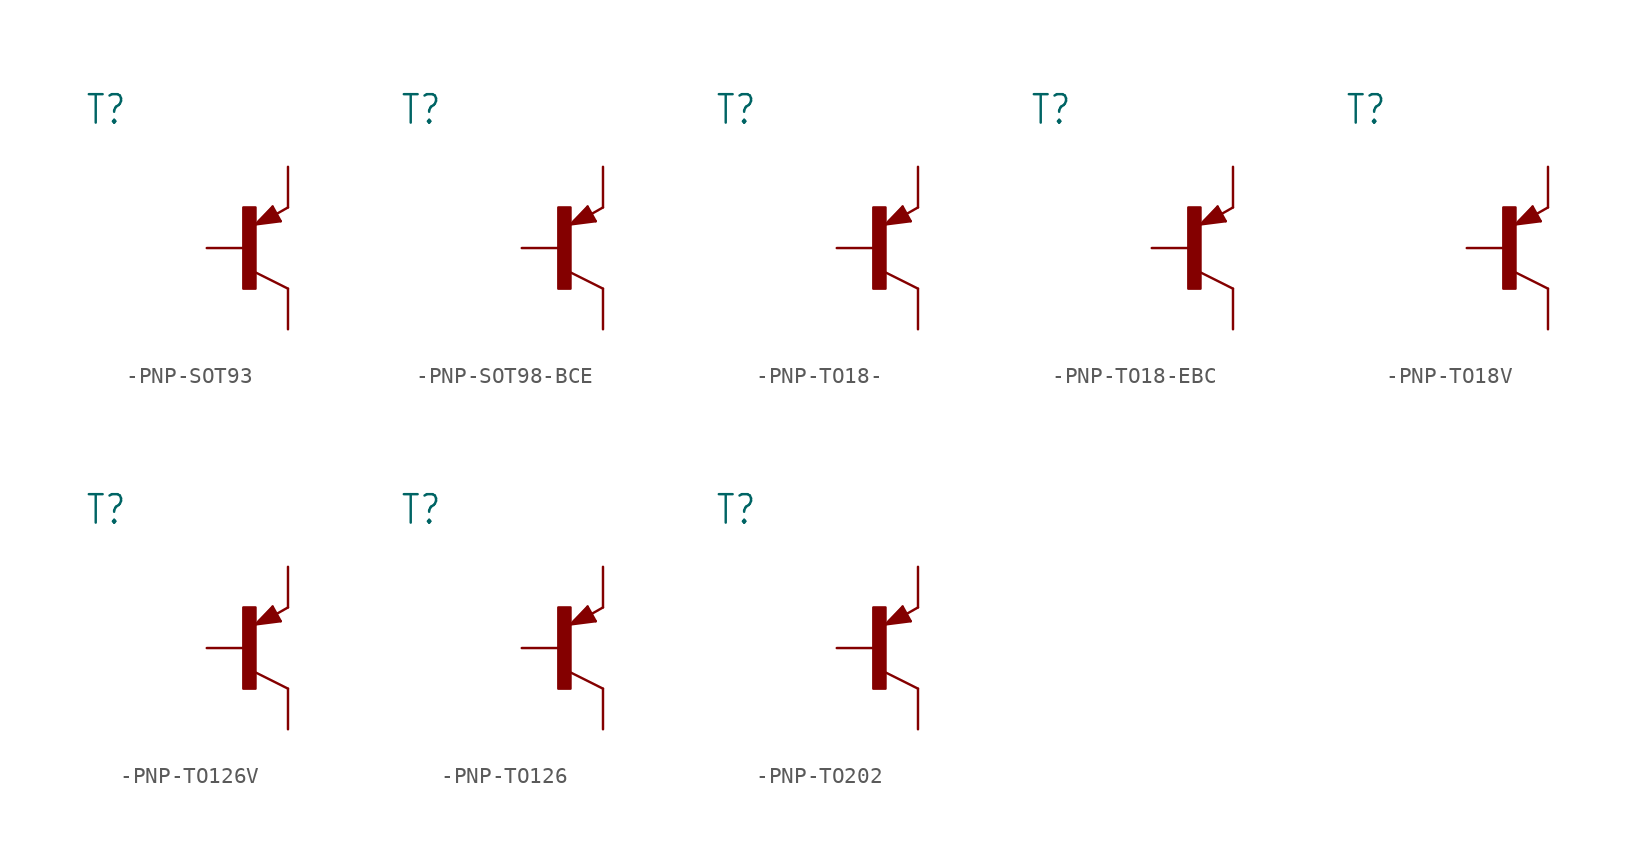
<source format=kicad_sym>
(kicad_symbol_lib
  (version 20231120)
  (generator "kicad_symbol_editor")
  (generator_version "8.0")
  (symbol "-PNP-SOT93"
    (property "Reference" "T"
      (at -10.16 7.62 0)
      (effects (font (size 1.778 1.511)) (justify left bottom)))
    (property "Value" ""
      (at -10.16 5.08 0)
      (effects (font (size 1.778 1.511)) (justify left bottom)))
    (property "ki_locked" ""
      (at 0 0 0)
      (effects (font (size 1.27 1.27))))
    (symbol "-PNP-SOT93_1_0"
      (rectangle (start -0.254 -2.54) (end 0.508 2.54) (stroke (width 0) (type default)) (fill (type outline)))
      (polyline (pts (xy 0.516 1.478) (xy 2.086 1.678)) (stroke (width 0.152) (type solid)) (fill (type none)))
      (polyline (pts (xy 0.762 1.651) (xy 1.778 1.778)) (stroke (width 0.254) (type solid)) (fill (type none)))
      (polyline (pts (xy 1.143 1.905) (xy 1.524 1.905)) (stroke (width 0.254) (type solid)) (fill (type none)))
      (polyline (pts (xy 1.524 2.159) (xy 1.143 1.905)) (stroke (width 0.254) (type solid)) (fill (type none)))
      (polyline (pts (xy 1.524 2.413) (xy 0.762 1.651)) (stroke (width 0.254) (type solid)) (fill (type none)))
      (polyline (pts (xy 1.578 2.594) (xy 0.516 1.478)) (stroke (width 0.152) (type solid)) (fill (type none)))
      (polyline (pts (xy 1.778 1.778) (xy 1.524 2.159)) (stroke (width 0.254) (type solid)) (fill (type none)))
      (polyline (pts (xy 1.905 1.778) (xy 1.524 2.413)) (stroke (width 0.254) (type solid)) (fill (type none)))
      (polyline (pts (xy 2.086 1.678) (xy 1.578 2.594)) (stroke (width 0.152) (type solid)) (fill (type none)))
      (polyline (pts (xy 2.54 -2.54) (xy 0.508 -1.524)) (stroke (width 0.152) (type solid)) (fill (type none)))
      (polyline (pts (xy 2.54 2.54) (xy 1.808 2.124)) (stroke (width 0.152) (type solid)) (fill (type none)))
      (pin passive line (at -2.54 0 0) (length 2.54) (name "B" (effects (font (size 0 0)))) (number "B" (effects (font (size 0 0)))))
      (pin passive line (at 2.54 -5.08 90) (length 2.54) (name "C" (effects (font (size 0 0)))) (number "C" (effects (font (size 0 0)))))
      (pin passive line (at 2.54 5.08 270) (length 2.54) (name "E" (effects (font (size 0 0)))) (number "E" (effects (font (size 0 0)))))))
  (symbol "-PNP-SOT98-BCE"
    (property "Reference" "T"
      (at -10.16 7.62 0)
      (effects (font (size 1.778 1.511)) (justify left bottom)))
    (property "Value" ""
      (at -10.16 5.08 0)
      (effects (font (size 1.778 1.511)) (justify left bottom)))
    (property "ki_locked" ""
      (at 0 0 0)
      (effects (font (size 1.27 1.27))))
    (symbol "-PNP-SOT98-BCE_1_0"
      (rectangle (start -0.254 -2.54) (end 0.508 2.54) (stroke (width 0) (type default)) (fill (type outline)))
      (polyline (pts (xy 0.516 1.478) (xy 2.086 1.678)) (stroke (width 0.152) (type solid)) (fill (type none)))
      (polyline (pts (xy 0.762 1.651) (xy 1.778 1.778)) (stroke (width 0.254) (type solid)) (fill (type none)))
      (polyline (pts (xy 1.143 1.905) (xy 1.524 1.905)) (stroke (width 0.254) (type solid)) (fill (type none)))
      (polyline (pts (xy 1.524 2.159) (xy 1.143 1.905)) (stroke (width 0.254) (type solid)) (fill (type none)))
      (polyline (pts (xy 1.524 2.413) (xy 0.762 1.651)) (stroke (width 0.254) (type solid)) (fill (type none)))
      (polyline (pts (xy 1.578 2.594) (xy 0.516 1.478)) (stroke (width 0.152) (type solid)) (fill (type none)))
      (polyline (pts (xy 1.778 1.778) (xy 1.524 2.159)) (stroke (width 0.254) (type solid)) (fill (type none)))
      (polyline (pts (xy 1.905 1.778) (xy 1.524 2.413)) (stroke (width 0.254) (type solid)) (fill (type none)))
      (polyline (pts (xy 2.086 1.678) (xy 1.578 2.594)) (stroke (width 0.152) (type solid)) (fill (type none)))
      (polyline (pts (xy 2.54 -2.54) (xy 0.508 -1.524)) (stroke (width 0.152) (type solid)) (fill (type none)))
      (polyline (pts (xy 2.54 2.54) (xy 1.808 2.124)) (stroke (width 0.152) (type solid)) (fill (type none)))
      (pin passive line (at -2.54 0 0) (length 2.54) (name "B" (effects (font (size 0 0)))) (number "B" (effects (font (size 0 0)))))
      (pin passive line (at 2.54 -5.08 90) (length 2.54) (name "C" (effects (font (size 0 0)))) (number "C" (effects (font (size 0 0)))))
      (pin passive line (at 2.54 5.08 270) (length 2.54) (name "E" (effects (font (size 0 0)))) (number "E" (effects (font (size 0 0)))))))
  (symbol "-PNP-TO18-"
    (property "Reference" "T"
      (at -10.16 7.62 0)
      (effects (font (size 1.778 1.511)) (justify left bottom)))
    (property "Value" ""
      (at -10.16 5.08 0)
      (effects (font (size 1.778 1.511)) (justify left bottom)))
    (property "ki_locked" ""
      (at 0 0 0)
      (effects (font (size 1.27 1.27))))
    (symbol "-PNP-TO18-_1_0"
      (rectangle (start -0.254 -2.54) (end 0.508 2.54) (stroke (width 0) (type default)) (fill (type outline)))
      (polyline (pts (xy 0.516 1.478) (xy 2.086 1.678)) (stroke (width 0.152) (type solid)) (fill (type none)))
      (polyline (pts (xy 0.762 1.651) (xy 1.778 1.778)) (stroke (width 0.254) (type solid)) (fill (type none)))
      (polyline (pts (xy 1.143 1.905) (xy 1.524 1.905)) (stroke (width 0.254) (type solid)) (fill (type none)))
      (polyline (pts (xy 1.524 2.159) (xy 1.143 1.905)) (stroke (width 0.254) (type solid)) (fill (type none)))
      (polyline (pts (xy 1.524 2.413) (xy 0.762 1.651)) (stroke (width 0.254) (type solid)) (fill (type none)))
      (polyline (pts (xy 1.578 2.594) (xy 0.516 1.478)) (stroke (width 0.152) (type solid)) (fill (type none)))
      (polyline (pts (xy 1.778 1.778) (xy 1.524 2.159)) (stroke (width 0.254) (type solid)) (fill (type none)))
      (polyline (pts (xy 1.905 1.778) (xy 1.524 2.413)) (stroke (width 0.254) (type solid)) (fill (type none)))
      (polyline (pts (xy 2.086 1.678) (xy 1.578 2.594)) (stroke (width 0.152) (type solid)) (fill (type none)))
      (polyline (pts (xy 2.54 -2.54) (xy 0.508 -1.524)) (stroke (width 0.152) (type solid)) (fill (type none)))
      (polyline (pts (xy 2.54 2.54) (xy 1.808 2.124)) (stroke (width 0.152) (type solid)) (fill (type none)))
      (pin passive line (at 2.54 5.08 270) (length 2.54) (name "E" (effects (font (size 0 0)))) (number "1" (effects (font (size 0 0)))))
      (pin passive line (at -2.54 0 0) (length 2.54) (name "B" (effects (font (size 0 0)))) (number "2" (effects (font (size 0 0)))))
      (pin passive line (at 2.54 -5.08 90) (length 2.54) (name "C" (effects (font (size 0 0)))) (number "3" (effects (font (size 0 0)))))))
  (symbol "-PNP-TO18-EBC"
    (property "Reference" "T"
      (at -10.16 7.62 0)
      (effects (font (size 1.778 1.511)) (justify left bottom)))
    (property "Value" ""
      (at -10.16 5.08 0)
      (effects (font (size 1.778 1.511)) (justify left bottom)))
    (property "ki_locked" ""
      (at 0 0 0)
      (effects (font (size 1.27 1.27))))
    (symbol "-PNP-TO18-EBC_1_0"
      (rectangle (start -0.254 -2.54) (end 0.508 2.54) (stroke (width 0) (type default)) (fill (type outline)))
      (polyline (pts (xy 0.516 1.478) (xy 2.086 1.678)) (stroke (width 0.152) (type solid)) (fill (type none)))
      (polyline (pts (xy 0.762 1.651) (xy 1.778 1.778)) (stroke (width 0.254) (type solid)) (fill (type none)))
      (polyline (pts (xy 1.143 1.905) (xy 1.524 1.905)) (stroke (width 0.254) (type solid)) (fill (type none)))
      (polyline (pts (xy 1.524 2.159) (xy 1.143 1.905)) (stroke (width 0.254) (type solid)) (fill (type none)))
      (polyline (pts (xy 1.524 2.413) (xy 0.762 1.651)) (stroke (width 0.254) (type solid)) (fill (type none)))
      (polyline (pts (xy 1.578 2.594) (xy 0.516 1.478)) (stroke (width 0.152) (type solid)) (fill (type none)))
      (polyline (pts (xy 1.778 1.778) (xy 1.524 2.159)) (stroke (width 0.254) (type solid)) (fill (type none)))
      (polyline (pts (xy 1.905 1.778) (xy 1.524 2.413)) (stroke (width 0.254) (type solid)) (fill (type none)))
      (polyline (pts (xy 2.086 1.678) (xy 1.578 2.594)) (stroke (width 0.152) (type solid)) (fill (type none)))
      (polyline (pts (xy 2.54 -2.54) (xy 0.508 -1.524)) (stroke (width 0.152) (type solid)) (fill (type none)))
      (polyline (pts (xy 2.54 2.54) (xy 1.808 2.124)) (stroke (width 0.152) (type solid)) (fill (type none)))
      (pin passive line (at 2.54 5.08 270) (length 2.54) (name "E" (effects (font (size 0 0)))) (number "1" (effects (font (size 0 0)))))
      (pin passive line (at -2.54 0 0) (length 2.54) (name "B" (effects (font (size 0 0)))) (number "2" (effects (font (size 0 0)))))
      (pin passive line (at 2.54 -5.08 90) (length 2.54) (name "C" (effects (font (size 0 0)))) (number "3" (effects (font (size 0 0)))))))
  (symbol "-PNP-TO18V"
    (property "Reference" "T"
      (at -10.16 7.62 0)
      (effects (font (size 1.778 1.511)) (justify left bottom)))
    (property "Value" ""
      (at -10.16 5.08 0)
      (effects (font (size 1.778 1.511)) (justify left bottom)))
    (property "ki_locked" ""
      (at 0 0 0)
      (effects (font (size 1.27 1.27))))
    (symbol "-PNP-TO18V_1_0"
      (rectangle (start -0.254 -2.54) (end 0.508 2.54) (stroke (width 0) (type default)) (fill (type outline)))
      (polyline (pts (xy 0.516 1.478) (xy 2.086 1.678)) (stroke (width 0.152) (type solid)) (fill (type none)))
      (polyline (pts (xy 0.762 1.651) (xy 1.778 1.778)) (stroke (width 0.254) (type solid)) (fill (type none)))
      (polyline (pts (xy 1.143 1.905) (xy 1.524 1.905)) (stroke (width 0.254) (type solid)) (fill (type none)))
      (polyline (pts (xy 1.524 2.159) (xy 1.143 1.905)) (stroke (width 0.254) (type solid)) (fill (type none)))
      (polyline (pts (xy 1.524 2.413) (xy 0.762 1.651)) (stroke (width 0.254) (type solid)) (fill (type none)))
      (polyline (pts (xy 1.578 2.594) (xy 0.516 1.478)) (stroke (width 0.152) (type solid)) (fill (type none)))
      (polyline (pts (xy 1.778 1.778) (xy 1.524 2.159)) (stroke (width 0.254) (type solid)) (fill (type none)))
      (polyline (pts (xy 1.905 1.778) (xy 1.524 2.413)) (stroke (width 0.254) (type solid)) (fill (type none)))
      (polyline (pts (xy 2.086 1.678) (xy 1.578 2.594)) (stroke (width 0.152) (type solid)) (fill (type none)))
      (polyline (pts (xy 2.54 -2.54) (xy 0.508 -1.524)) (stroke (width 0.152) (type solid)) (fill (type none)))
      (polyline (pts (xy 2.54 2.54) (xy 1.808 2.124)) (stroke (width 0.152) (type solid)) (fill (type none)))
      (pin passive line (at 2.54 5.08 270) (length 2.54) (name "E" (effects (font (size 0 0)))) (number "1" (effects (font (size 0 0)))))
      (pin passive line (at -2.54 0 0) (length 2.54) (name "B" (effects (font (size 0 0)))) (number "2" (effects (font (size 0 0)))))
      (pin passive line (at 2.54 -5.08 90) (length 2.54) (name "C" (effects (font (size 0 0)))) (number "3" (effects (font (size 0 0)))))))
  (symbol "-PNP-TO126V"
    (property "Reference" "T"
      (at -10.16 7.62 0)
      (effects (font (size 1.778 1.511)) (justify left bottom)))
    (property "Value" ""
      (at -10.16 5.08 0)
      (effects (font (size 1.778 1.511)) (justify left bottom)))
    (property "ki_locked" ""
      (at 0 0 0)
      (effects (font (size 1.27 1.27))))
    (symbol "-PNP-TO126V_1_0"
      (rectangle (start -0.254 -2.54) (end 0.508 2.54) (stroke (width 0) (type default)) (fill (type outline)))
      (polyline (pts (xy 0.516 1.478) (xy 2.086 1.678)) (stroke (width 0.152) (type solid)) (fill (type none)))
      (polyline (pts (xy 0.762 1.651) (xy 1.778 1.778)) (stroke (width 0.254) (type solid)) (fill (type none)))
      (polyline (pts (xy 1.143 1.905) (xy 1.524 1.905)) (stroke (width 0.254) (type solid)) (fill (type none)))
      (polyline (pts (xy 1.524 2.159) (xy 1.143 1.905)) (stroke (width 0.254) (type solid)) (fill (type none)))
      (polyline (pts (xy 1.524 2.413) (xy 0.762 1.651)) (stroke (width 0.254) (type solid)) (fill (type none)))
      (polyline (pts (xy 1.578 2.594) (xy 0.516 1.478)) (stroke (width 0.152) (type solid)) (fill (type none)))
      (polyline (pts (xy 1.778 1.778) (xy 1.524 2.159)) (stroke (width 0.254) (type solid)) (fill (type none)))
      (polyline (pts (xy 1.905 1.778) (xy 1.524 2.413)) (stroke (width 0.254) (type solid)) (fill (type none)))
      (polyline (pts (xy 2.086 1.678) (xy 1.578 2.594)) (stroke (width 0.152) (type solid)) (fill (type none)))
      (polyline (pts (xy 2.54 -2.54) (xy 0.508 -1.524)) (stroke (width 0.152) (type solid)) (fill (type none)))
      (polyline (pts (xy 2.54 2.54) (xy 1.808 2.124)) (stroke (width 0.152) (type solid)) (fill (type none)))
      (pin passive line (at 2.54 5.08 270) (length 2.54) (name "E" (effects (font (size 0 0)))) (number "1" (effects (font (size 0 0)))))
      (pin passive line (at 2.54 -5.08 90) (length 2.54) (name "C" (effects (font (size 0 0)))) (number "2" (effects (font (size 0 0)))))
      (pin passive line (at -2.54 0 0) (length 2.54) (name "B" (effects (font (size 0 0)))) (number "3" (effects (font (size 0 0)))))))
  (symbol "-PNP-TO126"
    (property "Reference" "T"
      (at -10.16 7.62 0)
      (effects (font (size 1.778 1.511)) (justify left bottom)))
    (property "Value" ""
      (at -10.16 5.08 0)
      (effects (font (size 1.778 1.511)) (justify left bottom)))
    (property "ki_locked" ""
      (at 0 0 0)
      (effects (font (size 1.27 1.27))))
    (symbol "-PNP-TO126_1_0"
      (rectangle (start -0.254 -2.54) (end 0.508 2.54) (stroke (width 0) (type default)) (fill (type outline)))
      (polyline (pts (xy 0.516 1.478) (xy 2.086 1.678)) (stroke (width 0.152) (type solid)) (fill (type none)))
      (polyline (pts (xy 0.762 1.651) (xy 1.778 1.778)) (stroke (width 0.254) (type solid)) (fill (type none)))
      (polyline (pts (xy 1.143 1.905) (xy 1.524 1.905)) (stroke (width 0.254) (type solid)) (fill (type none)))
      (polyline (pts (xy 1.524 2.159) (xy 1.143 1.905)) (stroke (width 0.254) (type solid)) (fill (type none)))
      (polyline (pts (xy 1.524 2.413) (xy 0.762 1.651)) (stroke (width 0.254) (type solid)) (fill (type none)))
      (polyline (pts (xy 1.578 2.594) (xy 0.516 1.478)) (stroke (width 0.152) (type solid)) (fill (type none)))
      (polyline (pts (xy 1.778 1.778) (xy 1.524 2.159)) (stroke (width 0.254) (type solid)) (fill (type none)))
      (polyline (pts (xy 1.905 1.778) (xy 1.524 2.413)) (stroke (width 0.254) (type solid)) (fill (type none)))
      (polyline (pts (xy 2.086 1.678) (xy 1.578 2.594)) (stroke (width 0.152) (type solid)) (fill (type none)))
      (polyline (pts (xy 2.54 -2.54) (xy 0.508 -1.524)) (stroke (width 0.152) (type solid)) (fill (type none)))
      (polyline (pts (xy 2.54 2.54) (xy 1.808 2.124)) (stroke (width 0.152) (type solid)) (fill (type none)))
      (pin passive line (at 2.54 5.08 270) (length 2.54) (name "E" (effects (font (size 0 0)))) (number "1" (effects (font (size 0 0)))))
      (pin passive line (at 2.54 -5.08 90) (length 2.54) (name "C" (effects (font (size 0 0)))) (number "2" (effects (font (size 0 0)))))
      (pin passive line (at -2.54 0 0) (length 2.54) (name "B" (effects (font (size 0 0)))) (number "3" (effects (font (size 0 0)))))))
  (symbol "-PNP-TO202"
    (property "Reference" "T"
      (at -10.16 7.62 0)
      (effects (font (size 1.778 1.511)) (justify left bottom)))
    (property "Value" ""
      (at -10.16 5.08 0)
      (effects (font (size 1.778 1.511)) (justify left bottom)))
    (property "ki_locked" ""
      (at 0 0 0)
      (effects (font (size 1.27 1.27))))
    (symbol "-PNP-TO202_1_0"
      (rectangle (start -0.254 -2.54) (end 0.508 2.54) (stroke (width 0) (type default)) (fill (type outline)))
      (polyline (pts (xy 0.516 1.478) (xy 2.086 1.678)) (stroke (width 0.152) (type solid)) (fill (type none)))
      (polyline (pts (xy 0.762 1.651) (xy 1.778 1.778)) (stroke (width 0.254) (type solid)) (fill (type none)))
      (polyline (pts (xy 1.143 1.905) (xy 1.524 1.905)) (stroke (width 0.254) (type solid)) (fill (type none)))
      (polyline (pts (xy 1.524 2.159) (xy 1.143 1.905)) (stroke (width 0.254) (type solid)) (fill (type none)))
      (polyline (pts (xy 1.524 2.413) (xy 0.762 1.651)) (stroke (width 0.254) (type solid)) (fill (type none)))
      (polyline (pts (xy 1.578 2.594) (xy 0.516 1.478)) (stroke (width 0.152) (type solid)) (fill (type none)))
      (polyline (pts (xy 1.778 1.778) (xy 1.524 2.159)) (stroke (width 0.254) (type solid)) (fill (type none)))
      (polyline (pts (xy 1.905 1.778) (xy 1.524 2.413)) (stroke (width 0.254) (type solid)) (fill (type none)))
      (polyline (pts (xy 2.086 1.678) (xy 1.578 2.594)) (stroke (width 0.152) (type solid)) (fill (type none)))
      (polyline (pts (xy 2.54 -2.54) (xy 0.508 -1.524)) (stroke (width 0.152) (type solid)) (fill (type none)))
      (polyline (pts (xy 2.54 2.54) (xy 1.808 2.124)) (stroke (width 0.152) (type solid)) (fill (type none)))
      (pin passive line (at 2.54 5.08 270) (length 2.54) (name "E" (effects (font (size 0 0)))) (number "1" (effects (font (size 0 0)))))
      (pin passive line (at 2.54 -5.08 90) (length 2.54) (name "C" (effects (font (size 0 0)))) (number "2" (effects (font (size 0 0)))))
      (pin passive line (at -2.54 0 0) (length 2.54) (name "B" (effects (font (size 0 0)))) (number "3" (effects (font (size 0 0))))))))
</source>
